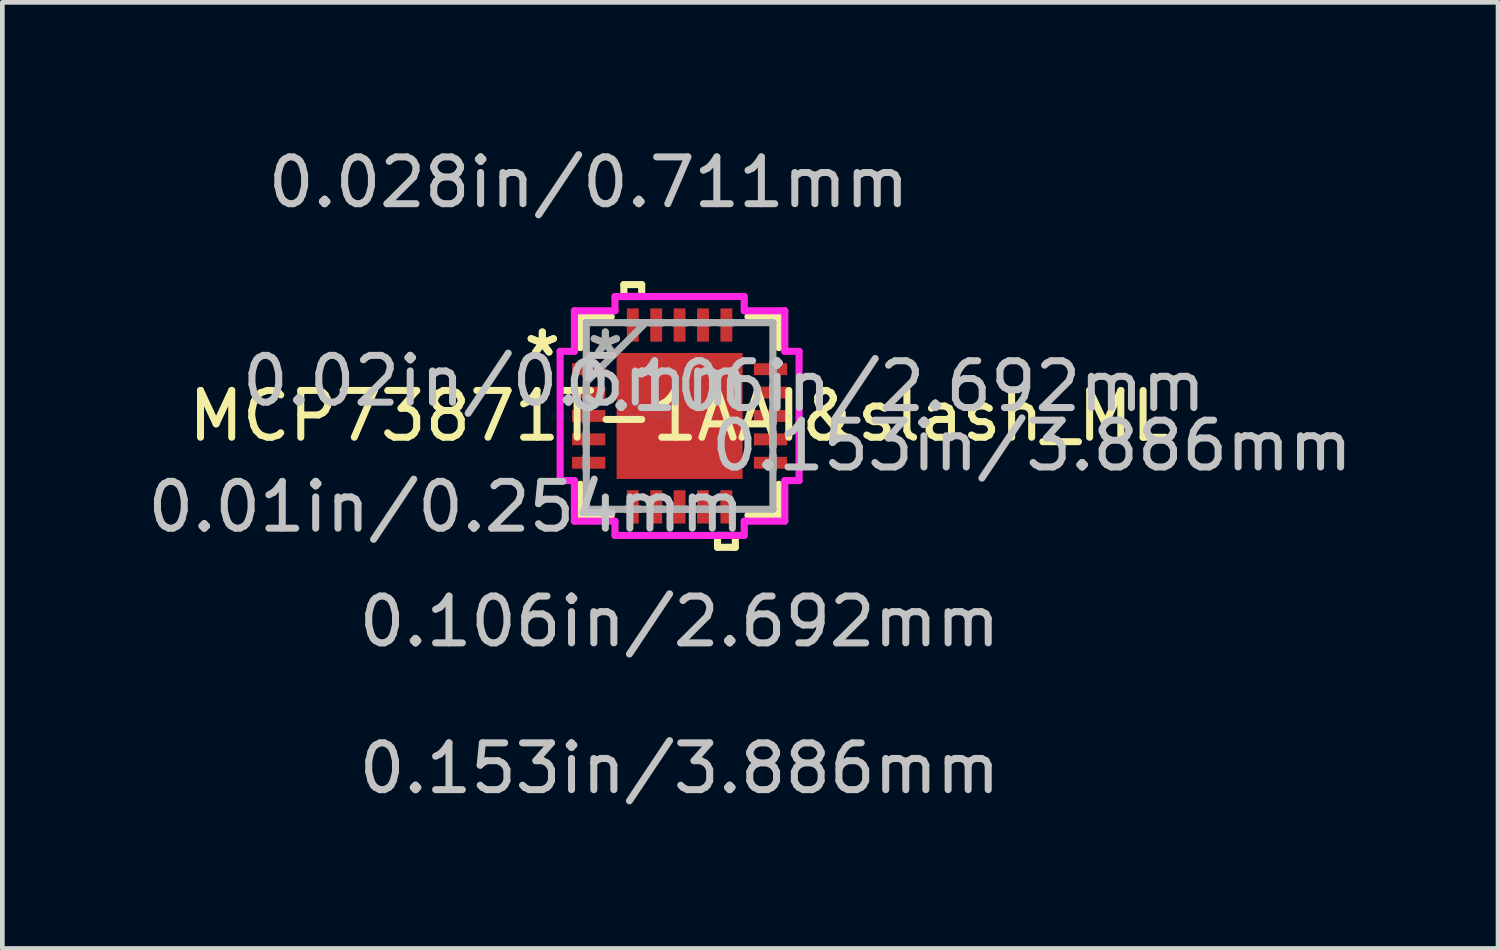
<source format=kicad_pcb>
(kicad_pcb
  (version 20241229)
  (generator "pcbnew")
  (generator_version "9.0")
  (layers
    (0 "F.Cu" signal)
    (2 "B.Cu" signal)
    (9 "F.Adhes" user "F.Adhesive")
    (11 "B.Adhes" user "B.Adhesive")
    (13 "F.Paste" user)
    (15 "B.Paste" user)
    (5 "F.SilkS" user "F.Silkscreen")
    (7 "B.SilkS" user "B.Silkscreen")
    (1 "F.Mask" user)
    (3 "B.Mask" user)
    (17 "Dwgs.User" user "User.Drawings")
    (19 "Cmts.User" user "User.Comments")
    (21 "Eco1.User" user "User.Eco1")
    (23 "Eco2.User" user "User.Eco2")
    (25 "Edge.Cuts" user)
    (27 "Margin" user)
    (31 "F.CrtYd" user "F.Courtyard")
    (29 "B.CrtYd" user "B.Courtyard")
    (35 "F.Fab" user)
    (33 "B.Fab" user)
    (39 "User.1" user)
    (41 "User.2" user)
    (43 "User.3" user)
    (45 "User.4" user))
  (footprint "MCP73871T-1AAI&slash_ML"
    (layer "F.Cu")
    (at 11.473 5.839)
    (property "Reference" "MCP73871T-1AAI&slash_ML" (at 0 0 0) (layer "F.SilkS") (effects (font (size 1 1) (thickness 0.15))))
    (attr through_hole)
    (fp_line (start -2.121 -2.121) (end -2.121 -1.46) (stroke (width 0.152) (type solid)) (layer "F.SilkS"))
    (fp_line (start -2.121 1.46) (end -2.121 2.121) (stroke (width 0.152) (type solid)) (layer "F.SilkS"))
    (fp_line (start -2.121 2.121) (end -1.46 2.121) (stroke (width 0.152) (type solid)) (layer "F.SilkS"))
    (fp_line (start -1.46 -2.121) (end -2.121 -2.121) (stroke (width 0.152) (type solid)) (layer "F.SilkS"))
    (fp_line (start -1.191 -2.807) (end -0.81 -2.807) (stroke (width 0.152) (type solid)) (layer "F.SilkS"))
    (fp_line (start -1.191 -2.553) (end -1.191 -2.807) (stroke (width 0.152) (type solid)) (layer "F.SilkS"))
    (fp_line (start -0.81 -2.807) (end -0.81 -2.553) (stroke (width 0.152) (type solid)) (layer "F.SilkS"))
    (fp_line (start -0.81 -2.553) (end -1.191 -2.553) (stroke (width 0.152) (type solid)) (layer "F.SilkS"))
    (fp_line (start 0.81 2.553) (end 0.81 2.807) (stroke (width 0.152) (type solid)) (layer "F.SilkS"))
    (fp_line (start 0.81 2.807) (end 1.191 2.807) (stroke (width 0.152) (type solid)) (layer "F.SilkS"))
    (fp_line (start 1.191 2.553) (end 0.81 2.553) (stroke (width 0.152) (type solid)) (layer "F.SilkS"))
    (fp_line (start 1.191 2.807) (end 1.191 2.553) (stroke (width 0.152) (type solid)) (layer "F.SilkS"))
    (fp_line (start 1.46 2.121) (end 2.121 2.121) (stroke (width 0.152) (type solid)) (layer "F.SilkS"))
    (fp_line (start 2.121 -2.121) (end 1.46 -2.121) (stroke (width 0.152) (type solid)) (layer "F.SilkS"))
    (fp_line (start 2.121 -1.46) (end 2.121 -2.121) (stroke (width 0.152) (type solid)) (layer "F.SilkS"))
    (fp_line (start 2.121 2.121) (end 2.121 1.46) (stroke (width 0.152) (type solid)) (layer "F.SilkS"))
    (fp_line (start -1.246 -1.246) (end -1.246 -0.1) (stroke (width 0.152) (type solid)) (layer "F.Paste"))
    (fp_line (start -1.246 -0.1) (end -0.1 -0.1) (stroke (width 0.152) (type solid)) (layer "F.Paste"))
    (fp_line (start -1.246 0.1) (end -1.246 1.246) (stroke (width 0.152) (type solid)) (layer "F.Paste"))
    (fp_line (start -1.246 1.246) (end -0.1 1.246) (stroke (width 0.152) (type solid)) (layer "F.Paste"))
    (fp_line (start -0.1 -1.246) (end -1.246 -1.246) (stroke (width 0.152) (type solid)) (layer "F.Paste"))
    (fp_line (start -0.1 -0.1) (end -0.1 -1.246) (stroke (width 0.152) (type solid)) (layer "F.Paste"))
    (fp_line (start -0.1 0.1) (end -1.246 0.1) (stroke (width 0.152) (type solid)) (layer "F.Paste"))
    (fp_line (start -0.1 1.246) (end -0.1 0.1) (stroke (width 0.152) (type solid)) (layer "F.Paste"))
    (fp_line (start 0.1 -1.246) (end 0.1 -0.1) (stroke (width 0.152) (type solid)) (layer "F.Paste"))
    (fp_line (start 0.1 -0.1) (end 1.246 -0.1) (stroke (width 0.152) (type solid)) (layer "F.Paste"))
    (fp_line (start 0.1 0.1) (end 0.1 1.246) (stroke (width 0.152) (type solid)) (layer "F.Paste"))
    (fp_line (start 0.1 1.246) (end 1.246 1.246) (stroke (width 0.152) (type solid)) (layer "F.Paste"))
    (fp_line (start 1.246 -1.246) (end 0.1 -1.246) (stroke (width 0.152) (type solid)) (layer "F.Paste"))
    (fp_line (start 1.246 -0.1) (end 1.246 -1.246) (stroke (width 0.152) (type solid)) (layer "F.Paste"))
    (fp_line (start 1.246 0.1) (end 0.1 0.1) (stroke (width 0.152) (type solid)) (layer "F.Paste"))
    (fp_line (start 1.246 1.246) (end 1.246 0.1) (stroke (width 0.152) (type solid)) (layer "F.Paste"))
    (fp_line (start -2.553 -1.381) (end -2.248 -1.381) (stroke (width 0.152) (type solid)) (layer "F.CrtYd"))
    (fp_line (start -2.553 1.381) (end -2.553 -1.381) (stroke (width 0.152) (type solid)) (layer "F.CrtYd"))
    (fp_line (start -2.248 -2.248) (end -1.381 -2.248) (stroke (width 0.152) (type solid)) (layer "F.CrtYd"))
    (fp_line (start -2.248 -1.381) (end -2.248 -2.248) (stroke (width 0.152) (type solid)) (layer "F.CrtYd"))
    (fp_line (start -2.248 1.381) (end -2.553 1.381) (stroke (width 0.152) (type solid)) (layer "F.CrtYd"))
    (fp_line (start -2.248 2.248) (end -2.248 1.381) (stroke (width 0.152) (type solid)) (layer "F.CrtYd"))
    (fp_line (start -1.381 -2.553) (end 1.381 -2.553) (stroke (width 0.152) (type solid)) (layer "F.CrtYd"))
    (fp_line (start -1.381 -2.248) (end -1.381 -2.553) (stroke (width 0.152) (type solid)) (layer "F.CrtYd"))
    (fp_line (start -1.381 2.248) (end -2.248 2.248) (stroke (width 0.152) (type solid)) (layer "F.CrtYd"))
    (fp_line (start -1.381 2.553) (end -1.381 2.248) (stroke (width 0.152) (type solid)) (layer "F.CrtYd"))
    (fp_line (start 1.381 -2.553) (end 1.381 -2.248) (stroke (width 0.152) (type solid)) (layer "F.CrtYd"))
    (fp_line (start 1.381 -2.248) (end 2.248 -2.248) (stroke (width 0.152) (type solid)) (layer "F.CrtYd"))
    (fp_line (start 1.381 2.248) (end 1.381 2.553) (stroke (width 0.152) (type solid)) (layer "F.CrtYd"))
    (fp_line (start 1.381 2.553) (end -1.381 2.553) (stroke (width 0.152) (type solid)) (layer "F.CrtYd"))
    (fp_line (start 2.248 -2.248) (end 2.248 -1.381) (stroke (width 0.152) (type solid)) (layer "F.CrtYd"))
    (fp_line (start 2.248 -1.381) (end 2.553 -1.381) (stroke (width 0.152) (type solid)) (layer "F.CrtYd"))
    (fp_line (start 2.248 1.381) (end 2.248 2.248) (stroke (width 0.152) (type solid)) (layer "F.CrtYd"))
    (fp_line (start 2.248 2.248) (end 1.381 2.248) (stroke (width 0.152) (type solid)) (layer "F.CrtYd"))
    (fp_line (start 2.553 -1.381) (end 2.553 1.381) (stroke (width 0.152) (type solid)) (layer "F.CrtYd"))
    (fp_line (start 2.553 1.381) (end 2.248 1.381) (stroke (width 0.152) (type solid)) (layer "F.CrtYd"))
    (fp_line (start -1.994 -1.994) (end -1.994 -1.994) (stroke (width 0.152) (type solid)) (layer "F.Fab"))
    (fp_line (start -1.994 -1.994) (end -1.994 1.994) (stroke (width 0.152) (type solid)) (layer "F.Fab"))
    (fp_line (start -1.994 -1.152) (end -1.994 -1.152) (stroke (width 0.152) (type solid)) (layer "F.Fab"))
    (fp_line (start -1.994 -1.152) (end -1.994 -0.848) (stroke (width 0.152) (type solid)) (layer "F.Fab"))
    (fp_line (start -1.994 -0.848) (end -1.994 -1.152) (stroke (width 0.152) (type solid)) (layer "F.Fab"))
    (fp_line (start -1.994 -0.848) (end -1.994 -0.848) (stroke (width 0.152) (type solid)) (layer "F.Fab"))
    (fp_line (start -1.994 -0.724) (end -0.724 -1.994) (stroke (width 0.152) (type solid)) (layer "F.Fab"))
    (fp_line (start -1.994 -0.652) (end -1.994 -0.652) (stroke (width 0.152) (type solid)) (layer "F.Fab"))
    (fp_line (start -1.994 -0.652) (end -1.994 -0.348) (stroke (width 0.152) (type solid)) (layer "F.Fab"))
    (fp_line (start -1.994 -0.348) (end -1.994 -0.652) (stroke (width 0.152) (type solid)) (layer "F.Fab"))
    (fp_line (start -1.994 -0.348) (end -1.994 -0.348) (stroke (width 0.152) (type solid)) (layer "F.Fab"))
    (fp_line (start -1.994 -0.152) (end -1.994 -0.152) (stroke (width 0.152) (type solid)) (layer "F.Fab"))
    (fp_line (start -1.994 -0.152) (end -1.994 0.152) (stroke (width 0.152) (type solid)) (layer "F.Fab"))
    (fp_line (start -1.994 0.152) (end -1.994 -0.152) (stroke (width 0.152) (type solid)) (layer "F.Fab"))
    (fp_line (start -1.994 0.152) (end -1.994 0.152) (stroke (width 0.152) (type solid)) (layer "F.Fab"))
    (fp_line (start -1.994 0.348) (end -1.994 0.348) (stroke (width 0.152) (type solid)) (layer "F.Fab"))
    (fp_line (start -1.994 0.348) (end -1.994 0.652) (stroke (width 0.152) (type solid)) (layer "F.Fab"))
    (fp_line (start -1.994 0.652) (end -1.994 0.348) (stroke (width 0.152) (type solid)) (layer "F.Fab"))
    (fp_line (start -1.994 0.652) (end -1.994 0.652) (stroke (width 0.152) (type solid)) (layer "F.Fab"))
    (fp_line (start -1.994 0.848) (end -1.994 0.848) (stroke (width 0.152) (type solid)) (layer "F.Fab"))
    (fp_line (start -1.994 0.848) (end -1.994 1.152) (stroke (width 0.152) (type solid)) (layer "F.Fab"))
    (fp_line (start -1.994 1.152) (end -1.994 0.848) (stroke (width 0.152) (type solid)) (layer "F.Fab"))
    (fp_line (start -1.994 1.152) (end -1.994 1.152) (stroke (width 0.152) (type solid)) (layer "F.Fab"))
    (fp_line (start -1.994 1.994) (end -1.994 1.994) (stroke (width 0.152) (type solid)) (layer "F.Fab"))
    (fp_line (start -1.994 1.994) (end 1.994 1.994) (stroke (width 0.152) (type solid)) (layer "F.Fab"))
    (fp_line (start -1.152 -1.994) (end -1.152 -1.994) (stroke (width 0.152) (type solid)) (layer "F.Fab"))
    (fp_line (start -1.152 -1.994) (end -0.848 -1.994) (stroke (width 0.152) (type solid)) (layer "F.Fab"))
    (fp_line (start -1.152 1.994) (end -1.152 1.994) (stroke (width 0.152) (type solid)) (layer "F.Fab"))
    (fp_line (start -1.152 1.994) (end -0.848 1.994) (stroke (width 0.152) (type solid)) (layer "F.Fab"))
    (fp_line (start -0.848 -1.994) (end -1.152 -1.994) (stroke (width 0.152) (type solid)) (layer "F.Fab"))
    (fp_line (start -0.848 -1.994) (end -0.848 -1.994) (stroke (width 0.152) (type solid)) (layer "F.Fab"))
    (fp_line (start -0.848 1.994) (end -1.152 1.994) (stroke (width 0.152) (type solid)) (layer "F.Fab"))
    (fp_line (start -0.848 1.994) (end -0.848 1.994) (stroke (width 0.152) (type solid)) (layer "F.Fab"))
    (fp_line (start -0.652 -1.994) (end -0.652 -1.994) (stroke (width 0.152) (type solid)) (layer "F.Fab"))
    (fp_line (start -0.652 -1.994) (end -0.348 -1.994) (stroke (width 0.152) (type solid)) (layer "F.Fab"))
    (fp_line (start -0.652 1.994) (end -0.652 1.994) (stroke (width 0.152) (type solid)) (layer "F.Fab"))
    (fp_line (start -0.652 1.994) (end -0.348 1.994) (stroke (width 0.152) (type solid)) (layer "F.Fab"))
    (fp_line (start -0.348 -1.994) (end -0.652 -1.994) (stroke (width 0.152) (type solid)) (layer "F.Fab"))
    (fp_line (start -0.348 -1.994) (end -0.348 -1.994) (stroke (width 0.152) (type solid)) (layer "F.Fab"))
    (fp_line (start -0.348 1.994) (end -0.652 1.994) (stroke (width 0.152) (type solid)) (layer "F.Fab"))
    (fp_line (start -0.348 1.994) (end -0.348 1.994) (stroke (width 0.152) (type solid)) (layer "F.Fab"))
    (fp_line (start -0.152 -1.994) (end -0.152 -1.994) (stroke (width 0.152) (type solid)) (layer "F.Fab"))
    (fp_line (start -0.152 -1.994) (end 0.152 -1.994) (stroke (width 0.152) (type solid)) (layer "F.Fab"))
    (fp_line (start -0.152 1.994) (end -0.152 1.994) (stroke (width 0.152) (type solid)) (layer "F.Fab"))
    (fp_line (start -0.152 1.994) (end 0.152 1.994) (stroke (width 0.152) (type solid)) (layer "F.Fab"))
    (fp_line (start 0.152 -1.994) (end -0.152 -1.994) (stroke (width 0.152) (type solid)) (layer "F.Fab"))
    (fp_line (start 0.152 -1.994) (end 0.152 -1.994) (stroke (width 0.152) (type solid)) (layer "F.Fab"))
    (fp_line (start 0.152 1.994) (end -0.152 1.994) (stroke (width 0.152) (type solid)) (layer "F.Fab"))
    (fp_line (start 0.152 1.994) (end 0.152 1.994) (stroke (width 0.152) (type solid)) (layer "F.Fab"))
    (fp_line (start 0.348 -1.994) (end 0.348 -1.994) (stroke (width 0.152) (type solid)) (layer "F.Fab"))
    (fp_line (start 0.348 -1.994) (end 0.652 -1.994) (stroke (width 0.152) (type solid)) (layer "F.Fab"))
    (fp_line (start 0.348 1.994) (end 0.348 1.994) (stroke (width 0.152) (type solid)) (layer "F.Fab"))
    (fp_line (start 0.348 1.994) (end 0.652 1.994) (stroke (width 0.152) (type solid)) (layer "F.Fab"))
    (fp_line (start 0.652 -1.994) (end 0.348 -1.994) (stroke (width 0.152) (type solid)) (layer "F.Fab"))
    (fp_line (start 0.652 -1.994) (end 0.652 -1.994) (stroke (width 0.152) (type solid)) (layer "F.Fab"))
    (fp_line (start 0.652 1.994) (end 0.348 1.994) (stroke (width 0.152) (type solid)) (layer "F.Fab"))
    (fp_line (start 0.652 1.994) (end 0.652 1.994) (stroke (width 0.152) (type solid)) (layer "F.Fab"))
    (fp_line (start 0.848 -1.994) (end 0.848 -1.994) (stroke (width 0.152) (type solid)) (layer "F.Fab"))
    (fp_line (start 0.848 -1.994) (end 1.152 -1.994) (stroke (width 0.152) (type solid)) (layer "F.Fab"))
    (fp_line (start 0.848 1.994) (end 0.848 1.994) (stroke (width 0.152) (type solid)) (layer "F.Fab"))
    (fp_line (start 0.848 1.994) (end 1.152 1.994) (stroke (width 0.152) (type solid)) (layer "F.Fab"))
    (fp_line (start 1.152 -1.994) (end 0.848 -1.994) (stroke (width 0.152) (type solid)) (layer "F.Fab"))
    (fp_line (start 1.152 -1.994) (end 1.152 -1.994) (stroke (width 0.152) (type solid)) (layer "F.Fab"))
    (fp_line (start 1.152 1.994) (end 0.848 1.994) (stroke (width 0.152) (type solid)) (layer "F.Fab"))
    (fp_line (start 1.152 1.994) (end 1.152 1.994) (stroke (width 0.152) (type solid)) (layer "F.Fab"))
    (fp_line (start 1.994 -1.994) (end -1.994 -1.994) (stroke (width 0.152) (type solid)) (layer "F.Fab"))
    (fp_line (start 1.994 -1.994) (end 1.994 -1.994) (stroke (width 0.152) (type solid)) (layer "F.Fab"))
    (fp_line (start 1.994 -1.152) (end 1.994 -1.152) (stroke (width 0.152) (type solid)) (layer "F.Fab"))
    (fp_line (start 1.994 -1.152) (end 1.994 -0.848) (stroke (width 0.152) (type solid)) (layer "F.Fab"))
    (fp_line (start 1.994 -0.848) (end 1.994 -1.152) (stroke (width 0.152) (type solid)) (layer "F.Fab"))
    (fp_line (start 1.994 -0.848) (end 1.994 -0.848) (stroke (width 0.152) (type solid)) (layer "F.Fab"))
    (fp_line (start 1.994 -0.652) (end 1.994 -0.652) (stroke (width 0.152) (type solid)) (layer "F.Fab"))
    (fp_line (start 1.994 -0.652) (end 1.994 -0.348) (stroke (width 0.152) (type solid)) (layer "F.Fab"))
    (fp_line (start 1.994 -0.348) (end 1.994 -0.652) (stroke (width 0.152) (type solid)) (layer "F.Fab"))
    (fp_line (start 1.994 -0.348) (end 1.994 -0.348) (stroke (width 0.152) (type solid)) (layer "F.Fab"))
    (fp_line (start 1.994 -0.152) (end 1.994 -0.152) (stroke (width 0.152) (type solid)) (layer "F.Fab"))
    (fp_line (start 1.994 -0.152) (end 1.994 0.152) (stroke (width 0.152) (type solid)) (layer "F.Fab"))
    (fp_line (start 1.994 0.152) (end 1.994 -0.152) (stroke (width 0.152) (type solid)) (layer "F.Fab"))
    (fp_line (start 1.994 0.152) (end 1.994 0.152) (stroke (width 0.152) (type solid)) (layer "F.Fab"))
    (fp_line (start 1.994 0.348) (end 1.994 0.348) (stroke (width 0.152) (type solid)) (layer "F.Fab"))
    (fp_line (start 1.994 0.348) (end 1.994 0.652) (stroke (width 0.152) (type solid)) (layer "F.Fab"))
    (fp_line (start 1.994 0.652) (end 1.994 0.348) (stroke (width 0.152) (type solid)) (layer "F.Fab"))
    (fp_line (start 1.994 0.652) (end 1.994 0.652) (stroke (width 0.152) (type solid)) (layer "F.Fab"))
    (fp_line (start 1.994 0.848) (end 1.994 0.848) (stroke (width 0.152) (type solid)) (layer "F.Fab"))
    (fp_line (start 1.994 0.848) (end 1.994 1.152) (stroke (width 0.152) (type solid)) (layer "F.Fab"))
    (fp_line (start 1.994 1.152) (end 1.994 0.848) (stroke (width 0.152) (type solid)) (layer "F.Fab"))
    (fp_line (start 1.994 1.152) (end 1.994 1.152) (stroke (width 0.152) (type solid)) (layer "F.Fab"))
    (fp_line (start 1.994 1.994) (end 1.994 -1.994) (stroke (width 0.152) (type solid)) (layer "F.Fab"))
    (fp_line (start 1.994 1.994) (end 1.994 1.994) (stroke (width 0.152) (type solid)) (layer "F.Fab"))
    (fp_text user "*" (at -2.934 -1.25 0) (layer "F.SilkS") (effects (font (size 1 1) (thickness 0.15))))
    (fp_text user "*" (at -2.934 -1.25 0) (layer "F.SilkS") (effects (font (size 1 1) (thickness 0.15))))
    (fp_text user "0.106in/2.692mm" (at 4.394 -0.635 0) (layer "Dwgs.User") (effects (font (size 1 1) (thickness 0.15))))
    (fp_text user "0.028in/0.711mm" (at -1.943 -4.991 0) (layer "Dwgs.User") (effects (font (size 1 1) (thickness 0.15))))
    (fp_text user "0.153in/3.886mm" (at 0 7.531 0) (layer "Dwgs.User") (effects (font (size 1 1) (thickness 0.15))))
    (fp_text user "0.153in/3.886mm" (at 7.531 0.635 0) (layer "Dwgs.User") (effects (font (size 1 1) (thickness 0.15))))
    (fp_text user "0.01in/0.254mm" (at -4.991 1.943 0) (layer "Dwgs.User") (effects (font (size 1 1) (thickness 0.15))))
    (fp_text user "0.106in/2.692mm" (at 0 4.394 0) (layer "Dwgs.User") (effects (font (size 1 1) (thickness 0.15))))
    (fp_text user "0.02in/0.5mm" (at -3.924 -0.75 0) (layer "Dwgs.User") (effects (font (size 1 1) (thickness 0.15))))
    (fp_text user "Copyright 2016 Accelerated Designs. All rights reserved." (at 0 0 0) (layer "Cmts.User") (effects (font (size 0.127 0.127) (thickness 0.002))))
    (fp_text user "*" (at -1.587 -1.25 0) (layer "F.Fab") (effects (font (size 1 1) (thickness 0.15))))
    (fp_text user "*" (at -1.587 -1.25 0) (layer "F.Fab") (effects (font (size 1 1) (thickness 0.15))))
    (pad "1" smd rect (at -1.943 -1 90) (size 0.254 0.711) (layers "F.Cu" "F.Mask" "F.Paste"))
    (pad "2" smd rect (at -1.943 -0.5 90) (size 0.254 0.711) (layers "F.Cu" "F.Mask" "F.Paste"))
    (pad "3" smd rect (at -1.943 0 90) (size 0.254 0.711) (layers "F.Cu" "F.Mask" "F.Paste"))
    (pad "4" smd rect (at -1.943 0.5 90) (size 0.254 0.711) (layers "F.Cu" "F.Mask" "F.Paste"))
    (pad "5" smd rect (at -1.943 1 90) (size 0.254 0.711) (layers "F.Cu" "F.Mask" "F.Paste"))
    (pad "6" smd rect (at -1 1.943) (size 0.254 0.711) (layers "F.Cu" "F.Mask" "F.Paste"))
    (pad "7" smd rect (at -0.5 1.943) (size 0.254 0.711) (layers "F.Cu" "F.Mask" "F.Paste"))
    (pad "8" smd rect (at 0 1.943) (size 0.254 0.711) (layers "F.Cu" "F.Mask" "F.Paste"))
    (pad "9" smd rect (at 0.5 1.943) (size 0.254 0.711) (layers "F.Cu" "F.Mask" "F.Paste"))
    (pad "10" smd rect (at 1 1.943) (size 0.254 0.711) (layers "F.Cu" "F.Mask" "F.Paste"))
    (pad "11" smd rect (at 1.943 1 90) (size 0.254 0.711) (layers "F.Cu" "F.Mask" "F.Paste"))
    (pad "12" smd rect (at 1.943 0.5 90) (size 0.254 0.711) (layers "F.Cu" "F.Mask" "F.Paste"))
    (pad "13" smd rect (at 1.943 0 90) (size 0.254 0.711) (layers "F.Cu" "F.Mask" "F.Paste"))
    (pad "14" smd rect (at 1.943 -0.5 90) (size 0.254 0.711) (layers "F.Cu" "F.Mask" "F.Paste"))
    (pad "15" smd rect (at 1.943 -1 90) (size 0.254 0.711) (layers "F.Cu" "F.Mask" "F.Paste"))
    (pad "16" smd rect (at 1 -1.943) (size 0.254 0.711) (layers "F.Cu" "F.Mask" "F.Paste"))
    (pad "17" smd rect (at 0.5 -1.943) (size 0.254 0.711) (layers "F.Cu" "F.Mask" "F.Paste"))
    (pad "18" smd rect (at 0 -1.943) (size 0.254 0.711) (layers "F.Cu" "F.Mask" "F.Paste"))
    (pad "19" smd rect (at -0.5 -1.943) (size 0.254 0.711) (layers "F.Cu" "F.Mask" "F.Paste"))
    (pad "20" smd rect (at -1 -1.943) (size 0.254 0.711) (layers "F.Cu" "F.Mask" "F.Paste"))
    (pad "21" smd rect (at 0 0) (size 2.692 2.692) (layers "F.Cu" "F.Mask" "F.Paste")))
  (gr_rect
    (start -3 -3)
    (end 28.963 17.219)
    (stroke (width 0.1) (type default))
    (fill no)
    (layer "Edge.Cuts")))
</source>
